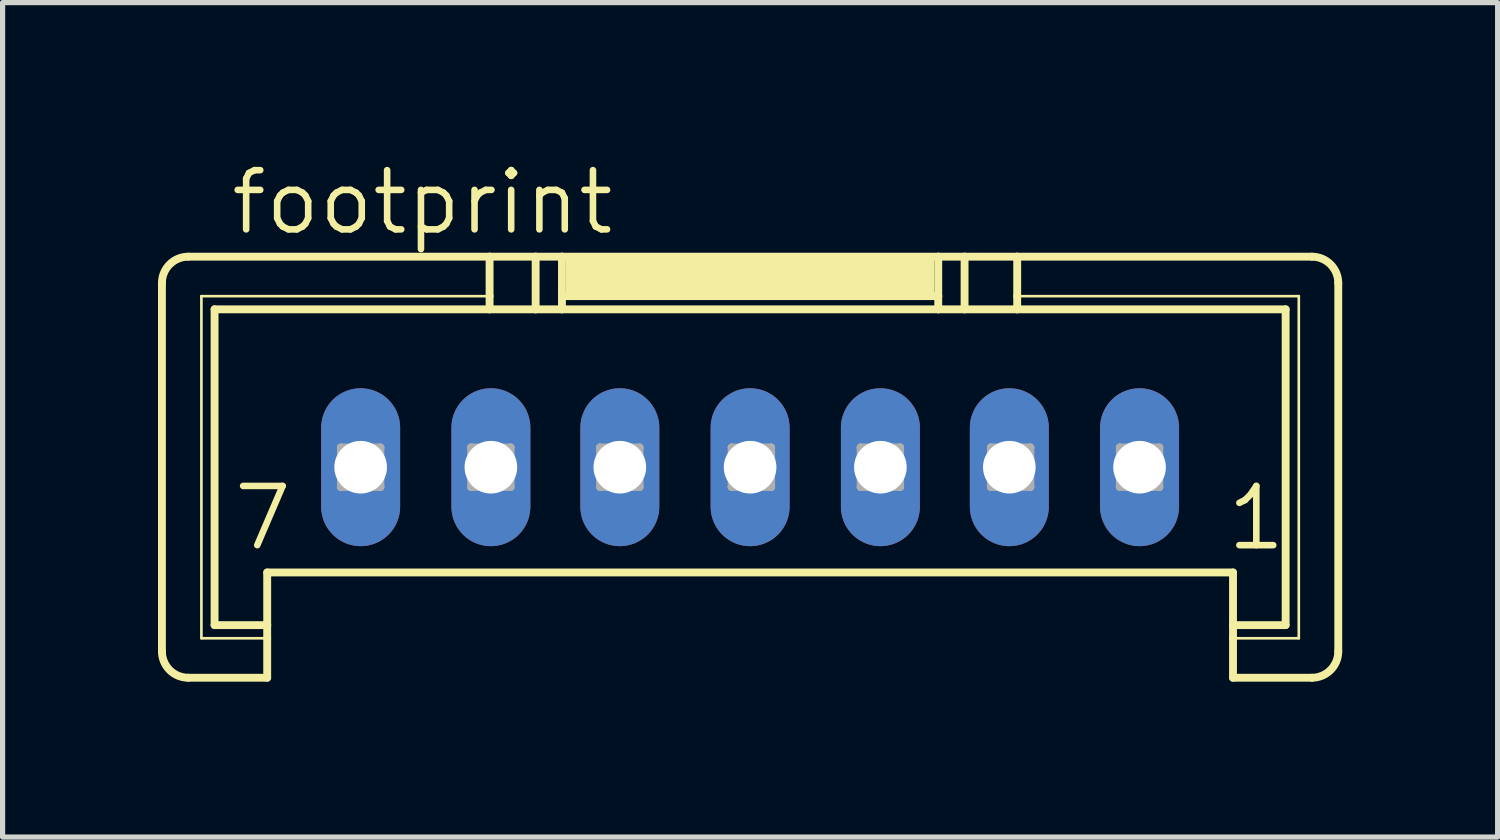
<source format=kicad_pcb>
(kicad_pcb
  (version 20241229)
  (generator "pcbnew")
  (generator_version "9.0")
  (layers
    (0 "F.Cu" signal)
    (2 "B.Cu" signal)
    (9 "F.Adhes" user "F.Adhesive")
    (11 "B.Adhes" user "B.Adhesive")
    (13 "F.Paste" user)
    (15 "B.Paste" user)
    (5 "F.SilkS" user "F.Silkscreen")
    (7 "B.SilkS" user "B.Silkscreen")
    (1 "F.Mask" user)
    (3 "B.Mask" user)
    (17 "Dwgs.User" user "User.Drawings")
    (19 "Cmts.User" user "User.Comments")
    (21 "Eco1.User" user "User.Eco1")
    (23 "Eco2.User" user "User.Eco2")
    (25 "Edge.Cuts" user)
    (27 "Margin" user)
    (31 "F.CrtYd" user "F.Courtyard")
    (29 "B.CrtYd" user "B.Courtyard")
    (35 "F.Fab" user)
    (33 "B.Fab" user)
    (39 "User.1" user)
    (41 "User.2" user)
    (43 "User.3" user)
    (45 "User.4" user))
  (footprint "footprint"
    (layer "F.Cu")
    (at 11.43 3.429)
    (property "Reference" "footprint" (at -10.084 -1.905 0) (layer "F.SilkS") (effects (font (size 1.143 1.143) (thickness 0.127)) (justify left bottom)))
    (fp_line (start -11.354 6.096) (end -11.354 -1.016) (stroke (width 0.152) (type solid)) (layer "F.SilkS"))
    (fp_line (start -10.846 -1.524) (end -5.029 -1.524) (stroke (width 0.152) (type solid)) (layer "F.SilkS"))
    (fp_line (start -10.592 -0.762) (end -5.029 -0.762) (stroke (width 0.051) (type solid)) (layer "F.SilkS"))
    (fp_line (start -10.592 5.842) (end -10.592 -0.762) (stroke (width 0.051) (type solid)) (layer "F.SilkS"))
    (fp_line (start -10.338 -0.508) (end -5.029 -0.508) (stroke (width 0.152) (type solid)) (layer "F.SilkS"))
    (fp_line (start -10.338 5.588) (end -10.338 -0.508) (stroke (width 0.152) (type solid)) (layer "F.SilkS"))
    (fp_line (start -9.322 5.588) (end -10.338 5.588) (stroke (width 0.152) (type solid)) (layer "F.SilkS"))
    (fp_line (start -9.322 5.588) (end -9.322 4.572) (stroke (width 0.152) (type solid)) (layer "F.SilkS"))
    (fp_line (start -9.322 5.588) (end -9.322 5.842) (stroke (width 0.152) (type solid)) (layer "F.SilkS"))
    (fp_line (start -9.322 5.842) (end -10.592 5.842) (stroke (width 0.051) (type solid)) (layer "F.SilkS"))
    (fp_line (start -9.322 5.842) (end -9.322 6.604) (stroke (width 0.152) (type solid)) (layer "F.SilkS"))
    (fp_line (start -9.322 6.604) (end -10.846 6.604) (stroke (width 0.152) (type solid)) (layer "F.SilkS"))
    (fp_line (start -5.029 -1.524) (end -5.029 -0.762) (stroke (width 0.152) (type solid)) (layer "F.SilkS"))
    (fp_line (start -5.029 -1.524) (end -4.14 -1.524) (stroke (width 0.152) (type solid)) (layer "F.SilkS"))
    (fp_line (start -5.029 -0.762) (end -5.029 -0.508) (stroke (width 0.152) (type solid)) (layer "F.SilkS"))
    (fp_line (start -5.029 -0.508) (end -4.14 -0.508) (stroke (width 0.152) (type solid)) (layer "F.SilkS"))
    (fp_line (start -4.14 -1.524) (end -4.14 -0.508) (stroke (width 0.152) (type solid)) (layer "F.SilkS"))
    (fp_line (start -4.14 -1.524) (end -3.632 -1.524) (stroke (width 0.152) (type solid)) (layer "F.SilkS"))
    (fp_line (start -4.14 -0.508) (end -3.632 -0.508) (stroke (width 0.152) (type solid)) (layer "F.SilkS"))
    (fp_line (start -3.632 -1.524) (end -3.632 -0.762) (stroke (width 0.152) (type solid)) (layer "F.SilkS"))
    (fp_line (start -3.632 -1.524) (end 3.632 -1.524) (stroke (width 0.152) (type solid)) (layer "F.SilkS"))
    (fp_line (start -3.632 -0.762) (end -3.632 -0.508) (stroke (width 0.152) (type solid)) (layer "F.SilkS"))
    (fp_line (start -3.632 -0.762) (end 3.632 -0.762) (stroke (width 0.152) (type solid)) (layer "F.SilkS"))
    (fp_line (start -3.632 -0.508) (end 3.632 -0.508) (stroke (width 0.152) (type solid)) (layer "F.SilkS"))
    (fp_line (start 3.632 -1.524) (end 3.632 -0.762) (stroke (width 0.152) (type solid)) (layer "F.SilkS"))
    (fp_line (start 3.632 -1.524) (end 4.14 -1.524) (stroke (width 0.152) (type solid)) (layer "F.SilkS"))
    (fp_line (start 3.632 -0.762) (end 3.632 -0.508) (stroke (width 0.152) (type solid)) (layer "F.SilkS"))
    (fp_line (start 3.632 -0.508) (end 4.14 -0.508) (stroke (width 0.152) (type solid)) (layer "F.SilkS"))
    (fp_line (start 4.14 -1.524) (end 4.14 -0.508) (stroke (width 0.152) (type solid)) (layer "F.SilkS"))
    (fp_line (start 4.14 -1.524) (end 5.156 -1.524) (stroke (width 0.152) (type solid)) (layer "F.SilkS"))
    (fp_line (start 4.14 -0.508) (end 5.156 -0.508) (stroke (width 0.152) (type solid)) (layer "F.SilkS"))
    (fp_line (start 5.156 -1.524) (end 5.156 -0.762) (stroke (width 0.152) (type solid)) (layer "F.SilkS"))
    (fp_line (start 5.156 -1.524) (end 10.846 -1.524) (stroke (width 0.152) (type solid)) (layer "F.SilkS"))
    (fp_line (start 5.156 -0.762) (end 5.156 -0.508) (stroke (width 0.152) (type solid)) (layer "F.SilkS"))
    (fp_line (start 5.156 -0.762) (end 10.592 -0.762) (stroke (width 0.051) (type solid)) (layer "F.SilkS"))
    (fp_line (start 5.156 -0.508) (end 10.338 -0.508) (stroke (width 0.152) (type solid)) (layer "F.SilkS"))
    (fp_line (start 9.322 4.572) (end -9.322 4.572) (stroke (width 0.152) (type solid)) (layer "F.SilkS"))
    (fp_line (start 9.322 5.588) (end 9.322 4.572) (stroke (width 0.152) (type solid)) (layer "F.SilkS"))
    (fp_line (start 9.322 5.842) (end 9.322 5.588) (stroke (width 0.152) (type solid)) (layer "F.SilkS"))
    (fp_line (start 9.322 6.604) (end 9.322 5.842) (stroke (width 0.152) (type solid)) (layer "F.SilkS"))
    (fp_line (start 10.338 -0.508) (end 10.338 5.588) (stroke (width 0.152) (type solid)) (layer "F.SilkS"))
    (fp_line (start 10.338 5.588) (end 9.322 5.588) (stroke (width 0.152) (type solid)) (layer "F.SilkS"))
    (fp_line (start 10.592 -0.762) (end 10.592 5.842) (stroke (width 0.051) (type solid)) (layer "F.SilkS"))
    (fp_line (start 10.592 5.842) (end 9.322 5.842) (stroke (width 0.051) (type solid)) (layer "F.SilkS"))
    (fp_line (start 10.846 6.604) (end 9.322 6.604) (stroke (width 0.152) (type solid)) (layer "F.SilkS"))
    (fp_line (start 11.354 -1.016) (end 11.354 6.096) (stroke (width 0.152) (type solid)) (layer "F.SilkS"))
    (fp_arc (start -11.3538 -1.016) (mid -11.20501 -1.37521) (end -10.8458 -1.524) (stroke (width 0.1524) (type solid)) (layer "F.SilkS"))
    (fp_arc (start -10.8458 6.604) (mid -11.20501 6.45521) (end -11.3538 6.096) (stroke (width 0.1524) (type solid)) (layer "F.SilkS"))
    (fp_arc (start 10.8458 -1.524) (mid 11.20501 -1.37521) (end 11.3538 -1.016) (stroke (width 0.1524) (type solid)) (layer "F.SilkS"))
    (fp_arc (start 11.3538 6.096) (mid 11.20501 6.45521) (end 10.8458 6.604) (stroke (width 0.1524) (type solid)) (layer "F.SilkS"))
    (fp_poly (pts (xy -3.556 -0.762) (xy 3.556 -0.762) (xy 3.556 -1.524) (xy -3.556 -1.524)) (stroke (width 0) (type solid)) (fill yes) (layer "F.SilkS"))
    (fp_line (start -7.899 2.159) (end -7.899 2.921) (stroke (width 0.152) (type solid)) (layer "F.Fab"))
    (fp_line (start -7.899 2.159) (end -7.137 2.921) (stroke (width 0.152) (type solid)) (layer "F.Fab"))
    (fp_line (start -7.899 2.921) (end -7.137 2.921) (stroke (width 0.152) (type solid)) (layer "F.Fab"))
    (fp_line (start -7.137 2.159) (end -7.899 2.159) (stroke (width 0.152) (type solid)) (layer "F.Fab"))
    (fp_line (start -7.137 2.159) (end -7.899 2.921) (stroke (width 0.152) (type solid)) (layer "F.Fab"))
    (fp_line (start -7.137 2.921) (end -7.137 2.159) (stroke (width 0.152) (type solid)) (layer "F.Fab"))
    (fp_line (start -5.385 2.159) (end -5.385 2.921) (stroke (width 0.152) (type solid)) (layer "F.Fab"))
    (fp_line (start -5.385 2.159) (end -4.623 2.921) (stroke (width 0.152) (type solid)) (layer "F.Fab"))
    (fp_line (start -5.385 2.921) (end -4.623 2.921) (stroke (width 0.152) (type solid)) (layer "F.Fab"))
    (fp_line (start -4.623 2.159) (end -5.385 2.159) (stroke (width 0.152) (type solid)) (layer "F.Fab"))
    (fp_line (start -4.623 2.159) (end -5.385 2.921) (stroke (width 0.152) (type solid)) (layer "F.Fab"))
    (fp_line (start -4.623 2.921) (end -4.623 2.159) (stroke (width 0.152) (type solid)) (layer "F.Fab"))
    (fp_line (start -2.896 2.159) (end -2.896 2.921) (stroke (width 0.152) (type solid)) (layer "F.Fab"))
    (fp_line (start -2.896 2.159) (end -2.134 2.921) (stroke (width 0.152) (type solid)) (layer "F.Fab"))
    (fp_line (start -2.896 2.921) (end -2.134 2.921) (stroke (width 0.152) (type solid)) (layer "F.Fab"))
    (fp_line (start -2.134 2.159) (end -2.896 2.159) (stroke (width 0.152) (type solid)) (layer "F.Fab"))
    (fp_line (start -2.134 2.159) (end -2.896 2.921) (stroke (width 0.152) (type solid)) (layer "F.Fab"))
    (fp_line (start -2.134 2.921) (end -2.134 2.159) (stroke (width 0.152) (type solid)) (layer "F.Fab"))
    (fp_line (start -0.356 2.159) (end -0.356 2.921) (stroke (width 0.152) (type solid)) (layer "F.Fab"))
    (fp_line (start -0.356 2.159) (end 0.406 2.921) (stroke (width 0.152) (type solid)) (layer "F.Fab"))
    (fp_line (start -0.356 2.921) (end 0.406 2.921) (stroke (width 0.152) (type solid)) (layer "F.Fab"))
    (fp_line (start 0.406 2.159) (end -0.356 2.159) (stroke (width 0.152) (type solid)) (layer "F.Fab"))
    (fp_line (start 0.406 2.159) (end -0.356 2.921) (stroke (width 0.152) (type solid)) (layer "F.Fab"))
    (fp_line (start 0.406 2.921) (end 0.406 2.159) (stroke (width 0.152) (type solid)) (layer "F.Fab"))
    (fp_line (start 2.134 2.159) (end 2.134 2.921) (stroke (width 0.152) (type solid)) (layer "F.Fab"))
    (fp_line (start 2.134 2.159) (end 2.896 2.921) (stroke (width 0.152) (type solid)) (layer "F.Fab"))
    (fp_line (start 2.134 2.921) (end 2.896 2.921) (stroke (width 0.152) (type solid)) (layer "F.Fab"))
    (fp_line (start 2.896 2.159) (end 2.134 2.159) (stroke (width 0.152) (type solid)) (layer "F.Fab"))
    (fp_line (start 2.896 2.159) (end 2.134 2.921) (stroke (width 0.152) (type solid)) (layer "F.Fab"))
    (fp_line (start 2.896 2.921) (end 2.896 2.159) (stroke (width 0.152) (type solid)) (layer "F.Fab"))
    (fp_line (start 4.648 2.159) (end 4.648 2.921) (stroke (width 0.152) (type solid)) (layer "F.Fab"))
    (fp_line (start 4.648 2.159) (end 5.41 2.921) (stroke (width 0.152) (type solid)) (layer "F.Fab"))
    (fp_line (start 4.648 2.921) (end 5.41 2.921) (stroke (width 0.152) (type solid)) (layer "F.Fab"))
    (fp_line (start 5.41 2.159) (end 4.648 2.159) (stroke (width 0.152) (type solid)) (layer "F.Fab"))
    (fp_line (start 5.41 2.159) (end 4.648 2.921) (stroke (width 0.152) (type solid)) (layer "F.Fab"))
    (fp_line (start 5.41 2.921) (end 5.41 2.159) (stroke (width 0.152) (type solid)) (layer "F.Fab"))
    (fp_line (start 7.137 2.159) (end 7.137 2.921) (stroke (width 0.152) (type solid)) (layer "F.Fab"))
    (fp_line (start 7.137 2.159) (end 7.899 2.921) (stroke (width 0.152) (type solid)) (layer "F.Fab"))
    (fp_line (start 7.137 2.921) (end 7.899 2.921) (stroke (width 0.152) (type solid)) (layer "F.Fab"))
    (fp_line (start 7.899 2.159) (end 7.137 2.159) (stroke (width 0.152) (type solid)) (layer "F.Fab"))
    (fp_line (start 7.899 2.159) (end 7.137 2.921) (stroke (width 0.152) (type solid)) (layer "F.Fab"))
    (fp_line (start 7.899 2.921) (end 7.899 2.159) (stroke (width 0.152) (type solid)) (layer "F.Fab"))
    (fp_text user "1" (at 9.144 4.191 0) (layer "F.SilkS") (effects (font (size 1.143 1.143) (thickness 0.127)) (justify left bottom)))
    (fp_text user "7" (at -10.033 4.191 0) (layer "F.SilkS") (effects (font (size 1.143 1.143) (thickness 0.127)) (justify left bottom)))
    (pad "1" thru_hole oval (at 7.518 2.54 90) (size 3.048 1.524) (drill 1.016) (layers "*.Cu" "*.Mask"))
    (pad "2" thru_hole oval (at 5.004 2.54 90) (size 3.048 1.524) (drill 1.016) (layers "*.Cu" "*.Mask"))
    (pad "3" thru_hole oval (at 2.515 2.54 90) (size 3.048 1.524) (drill 1.016) (layers "*.Cu" "*.Mask"))
    (pad "4" thru_hole oval (at 0 2.54 90) (size 3.048 1.524) (drill 1.016) (layers "*.Cu" "*.Mask"))
    (pad "5" thru_hole oval (at -2.515 2.54 90) (size 3.048 1.524) (drill 1.016) (layers "*.Cu" "*.Mask"))
    (pad "6" thru_hole oval (at -5.004 2.54 90) (size 3.048 1.524) (drill 1.016) (layers "*.Cu" "*.Mask"))
    (pad "7" thru_hole oval (at -7.518 2.54 90) (size 3.048 1.524) (drill 1.016) (layers "*.Cu" "*.Mask")))
  (gr_rect
    (start -3 -3)
    (end 25.86 13.109)
    (stroke (width 0.1) (type default))
    (fill no)
    (layer "Edge.Cuts")))
</source>
